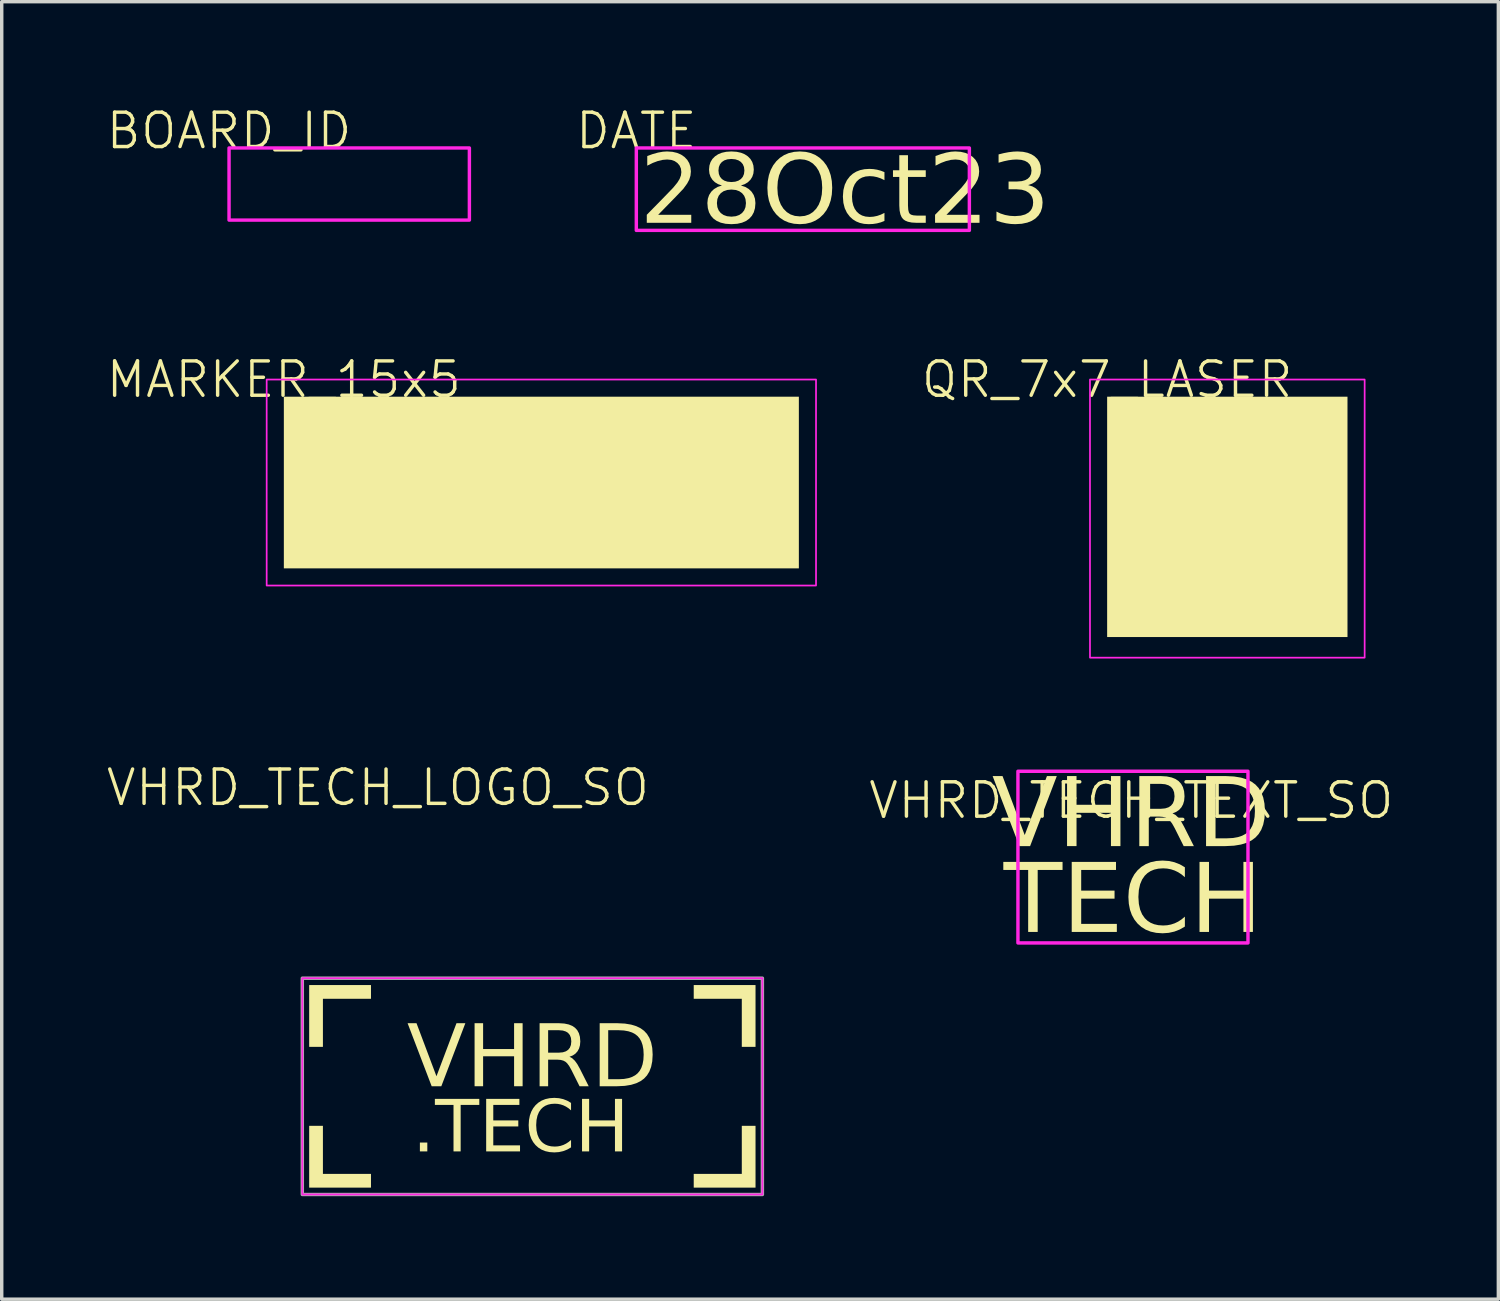
<source format=kicad_pcb>
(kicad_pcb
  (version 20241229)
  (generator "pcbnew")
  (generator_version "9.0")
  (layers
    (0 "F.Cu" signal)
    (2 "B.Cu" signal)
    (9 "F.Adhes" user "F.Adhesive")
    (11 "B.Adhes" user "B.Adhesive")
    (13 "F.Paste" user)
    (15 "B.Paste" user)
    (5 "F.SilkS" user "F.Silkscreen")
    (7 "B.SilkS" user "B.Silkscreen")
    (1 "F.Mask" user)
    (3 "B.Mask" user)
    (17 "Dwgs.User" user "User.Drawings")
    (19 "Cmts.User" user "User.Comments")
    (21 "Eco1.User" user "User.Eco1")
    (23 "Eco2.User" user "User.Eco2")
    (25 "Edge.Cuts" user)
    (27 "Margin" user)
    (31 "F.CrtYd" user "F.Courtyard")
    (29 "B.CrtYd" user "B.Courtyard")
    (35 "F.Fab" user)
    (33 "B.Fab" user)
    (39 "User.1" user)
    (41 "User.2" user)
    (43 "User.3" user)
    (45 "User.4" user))
  (footprint "VHRD_TECH_LOGO_SO"
    (layer "F.Cu")
    (at 5.955 25.64)
    (property "Reference" "VHRD_TECH_LOGO_SO" (at 2 -5.75 0) (unlocked yes) (layer "F.SilkS") (effects (font (size 1 1) (thickness 0.1))))
    (attr smd)
    (fp_poly (pts (xy 0 1.8) (xy 0 0) (xy 1.8 0) (xy 1.8 0.4) (xy 0.4 0.4) (xy 0.4 1.8)) (stroke (width 0) (type solid)) (fill yes) (layer "F.SilkS"))
    (fp_poly (pts (xy 0 4.1) (xy 0 5.9) (xy 1.8 5.9) (xy 1.8 5.5) (xy 0.4 5.5) (xy 0.4 4.1)) (stroke (width 0) (type solid)) (fill yes) (layer "F.SilkS"))
    (fp_poly (pts (xy 13 1.8) (xy 13 0) (xy 11.2 0) (xy 11.2 0.4) (xy 12.6 0.4) (xy 12.6 1.8)) (stroke (width 0) (type solid)) (fill yes) (layer "F.SilkS"))
    (fp_poly (pts (xy 13 4.1) (xy 13 5.9) (xy 11.2 5.9) (xy 11.2 5.5) (xy 12.6 5.5) (xy 12.6 4.1)) (stroke (width 0) (type solid)) (fill yes) (layer "F.SilkS"))
    (fp_rect (start -0.2 -0.2) (end 13.2 6.1) (stroke (width 0.05) (type default)) (fill no) (layer "F.CrtYd"))
    (fp_rect (start -0.2 -0.2) (end 13.2 6.1) (stroke (width 0.1) (type default)) (fill no) (layer "F.Fab"))
    (fp_text user ".TECH" (at 3 5.1 0) (unlocked yes) (layer "F.SilkS") (effects (font (face "Venus Rising") (size 1.5 1.5) (thickness 0.15)) (justify left bottom)))
    (fp_text user "VHRD" (at 6.5 2.2 0) (unlocked yes) (layer "F.SilkS") (effects (font (face "Venus Rising") (size 1.8 1.8) (thickness 0.15)))))
  (footprint "MARKER_15x5"
    (layer "F.Cu")
    (at 5.217 8.504)
    (property "Reference" "MARKER_15x5" (at 0 -0.5 0) (unlocked yes) (layer "F.SilkS") (effects (font (size 1 1) (thickness 0.1))))
    (attr smd)
    (fp_rect (start 0 0) (end 15 5) (stroke (width 0) (type solid)) (fill yes) (layer "F.SilkS"))
    (fp_rect (start -0.5 -0.5) (end 15.5 5.5) (stroke (width 0.05) (type default)) (fill no) (layer "F.CrtYd")))
  (footprint "VHRD_TECH_TEXT_SO"
    (layer "F.Cu")
    (at 29.898 20.763)
    (property "Reference" "VHRD_TECH_TEXT_SO" (at 0 -0.5 0) (unlocked yes) (layer "F.SilkS") (effects (font (size 1 1) (thickness 0.1))))
    (attr smd)
    (fp_rect (start -3.3 -1.35) (end 3.4 3.65) (stroke (width 0.1) (type default)) (fill no) (layer "F.CrtYd"))
    (fp_text user "VHRD" (at 0 0 0) (unlocked yes) (layer "F.SilkS") (effects (font (face "GOST type B") (size 2 2) (thickness 0.1))))
    (fp_text user "TECH" (at 0.05 2.5 0) (unlocked yes) (layer "F.SilkS") (effects (font (face "GOST type B") (size 2 2) (thickness 0.1)))))
  (footprint "QR_7x7_LASER"
    (layer "F.Cu")
    (at 29.196 8.504)
    (property "Reference" "QR_7x7_LASER" (at 0 -0.5 0) (unlocked yes) (layer "F.SilkS") (effects (font (size 1 1) (thickness 0.1))))
    (attr smd)
    (fp_rect (start 0 0) (end 7 7) (stroke (width 0) (type solid)) (fill yes) (layer "F.SilkS"))
    (fp_rect (start -0.5 -0.5) (end 7.5 7.6) (stroke (width 0.05) (type default)) (fill no) (layer "F.CrtYd")))
  (footprint "DATE"
    (layer "F.Cu")
    (at 15.483 1.26)
    (property "Reference" "DATE" (at 0 -0.5 0) (unlocked yes) (layer "F.SilkS") (effects (font (size 1 1) (thickness 0.1))))
    (attr smd)
    (fp_rect (start 0 0) (end 9.7 2.4) (stroke (width 0.1) (type default)) (fill no) (layer "F.CrtYd"))
    (fp_text user "28Oct23" (at 0.1 1.35 0) (unlocked yes) (layer "F.SilkS") (effects (font (face "GOST type B") (size 2 2) (thickness 0.15)) (justify left))))
  (footprint "BOARD_ID"
    (layer "F.Cu")
    (at 3.621 1.26)
    (property "Reference" "BOARD_ID" (at 0 -0.5 0) (unlocked yes) (layer "F.SilkS") (effects (font (size 1 1) (thickness 0.1))))
    (attr smd)
    (fp_rect (start 0 0) (end 7 2.1) (stroke (width 0.1) (type default)) (fill no) (layer "F.CrtYd"))
    (fp_text user "BxxxA" (at 3.5 1.2 0) (unlocked yes) (layer "F.Mask") (effects (font (face "Seven Segment") (size 1.6 1.6) (thickness 0.15)))))
  (gr_rect
    (start -3 -3)
    (end 40.59 34.79)
    (stroke (width 0.1) (type default))
    (fill no)
    (layer "Edge.Cuts")))
</source>
